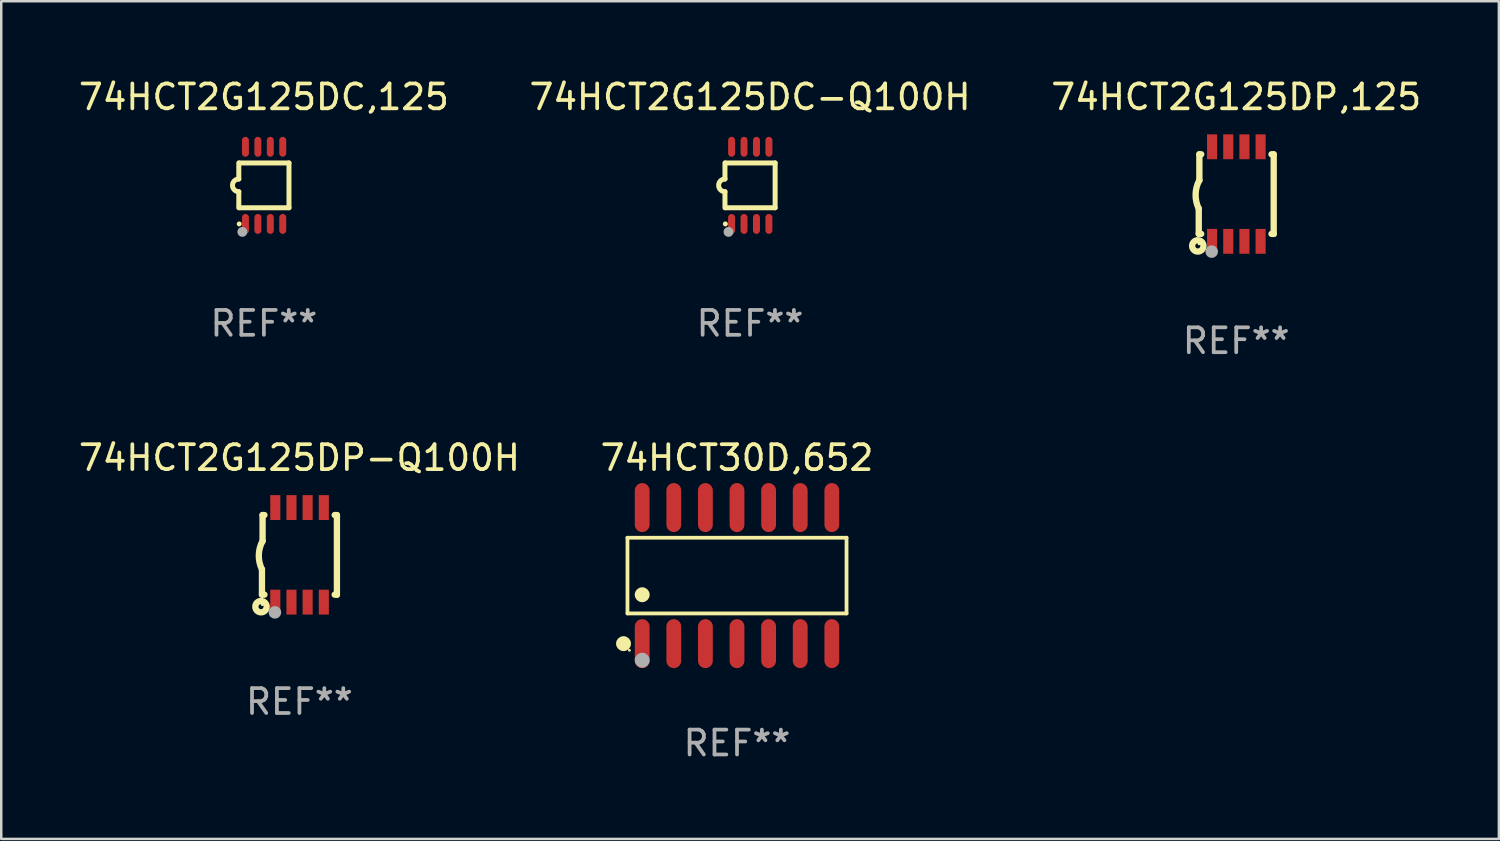
<source format=kicad_pcb>
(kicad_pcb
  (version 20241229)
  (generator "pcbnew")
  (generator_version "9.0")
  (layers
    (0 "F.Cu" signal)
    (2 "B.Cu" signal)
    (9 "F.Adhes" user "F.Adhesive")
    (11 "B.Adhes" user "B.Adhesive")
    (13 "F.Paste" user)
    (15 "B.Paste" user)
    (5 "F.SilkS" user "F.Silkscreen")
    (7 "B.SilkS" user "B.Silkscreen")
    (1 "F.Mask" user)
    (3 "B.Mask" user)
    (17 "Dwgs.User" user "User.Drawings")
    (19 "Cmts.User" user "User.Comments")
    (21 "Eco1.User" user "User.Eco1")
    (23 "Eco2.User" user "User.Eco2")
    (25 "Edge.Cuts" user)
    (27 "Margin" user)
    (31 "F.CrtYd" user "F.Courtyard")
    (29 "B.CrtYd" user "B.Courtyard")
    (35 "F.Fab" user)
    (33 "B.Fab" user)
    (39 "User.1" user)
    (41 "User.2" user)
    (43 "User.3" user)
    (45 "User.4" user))
  (footprint "74HCT2G125DP,125"
    (layer "F.Cu")
    (at 46.625 4.748)
    (property "Reference" "74HCT2G125DP,125" (at 0 -3.9 0) (layer "F.SilkS") (effects (font (size 1 1) (thickness 0.15))))
    (attr through_hole)
    (fp_line (start -1.506 1.6) (end -1.506 0.584) (stroke (width 0.254) (type solid)) (layer "F.SilkS"))
    (fp_line (start -1.506 1.6) (end -1.407 1.6) (stroke (width 0.254) (type solid)) (layer "F.SilkS"))
    (fp_line (start -1.481 -1.599) (end -1.481 -0.549) (stroke (width 0.254) (type solid)) (layer "F.SilkS"))
    (fp_line (start -1.481 -1.599) (end -1.407 -1.599) (stroke (width 0.254) (type solid)) (layer "F.SilkS"))
    (fp_line (start 1.417 -1.599) (end 1.506 -1.599) (stroke (width 0.254) (type solid)) (layer "F.SilkS"))
    (fp_line (start 1.417 1.6) (end 1.506 1.6) (stroke (width 0.254) (type solid)) (layer "F.SilkS"))
    (fp_line (start 1.506 1.603) (end 1.506 -1.595) (stroke (width 0.254) (type solid)) (layer "F.SilkS"))
    (fp_arc (start -1.506223 0.584328) (mid -1.632455 0.00974) (end -1.480823 -0.558674) (stroke (width 0.254001) (type solid)) (layer "F.SilkS"))
    (fp_circle (center -1.544 2.083) (end -1.443 2.083) (stroke (width 0.254) (type solid)) (fill no) (layer "F.SilkS"))
    (fp_circle (center -1.495 2) (end -1.465 2) (stroke (width 0.06) (type solid)) (fill no) (layer "F.SilkS"))
    (fp_circle (center -0.986 2.312) (end -0.859 2.312) (stroke (width 0.254) (type solid)) (fill no) (layer "F.Fab"))
    (fp_text user "REF**" (at 0 5.9 0) (layer "F.Fab") (effects (font (size 1 1) (thickness 0.15))))
    (pad "1" smd rect (at -0.97 1.9 90) (size 1 0.406) (layers "F.Cu" "F.Mask" "F.Paste"))
    (pad "2" smd rect (at -0.32 1.9 90) (size 1 0.406) (layers "F.Cu" "F.Mask" "F.Paste"))
    (pad "3" smd rect (at 0.33 1.9 90) (size 1 0.406) (layers "F.Cu" "F.Mask" "F.Paste"))
    (pad "4" smd rect (at 0.98 1.9 90) (size 1 0.406) (layers "F.Cu" "F.Mask" "F.Paste"))
    (pad "5" smd rect (at 0.98 -1.9 90) (size 1 0.406) (layers "F.Cu" "F.Mask" "F.Paste"))
    (pad "6" smd rect (at 0.33 -1.9 90) (size 1 0.406) (layers "F.Cu" "F.Mask" "F.Paste"))
    (pad "7" smd rect (at -0.32 -1.9 90) (size 1 0.406) (layers "F.Cu" "F.Mask" "F.Paste"))
    (pad "8" smd rect (at -0.97 -1.9 90) (size 1 0.406) (layers "F.Cu" "F.Mask" "F.Paste")))
  (footprint "74HCT2G125DC,125"
    (layer "F.Cu")
    (at 7.554 4.398)
    (property "Reference" "74HCT2G125DC,125" (at 0 -3.55 0) (layer "F.SilkS") (effects (font (size 1 1) (thickness 0.15))))
    (attr through_hole)
    (fp_line (start -1.008 -0.254) (end -1.008 -0.9) (stroke (width 0.2) (type solid)) (layer "F.SilkS"))
    (fp_line (start -1.008 0.254) (end -1.008 0.9) (stroke (width 0.2) (type solid)) (layer "F.SilkS"))
    (fp_line (start -0.992 0.9) (end 1.008 0.9) (stroke (width 0.2) (type solid)) (layer "F.SilkS"))
    (fp_line (start 1.008 -0.9) (end -0.992 -0.9) (stroke (width 0.2) (type solid)) (layer "F.SilkS"))
    (fp_line (start 1.008 0.9) (end 1.008 -0.9) (stroke (width 0.2) (type solid)) (layer "F.SilkS"))
    (fp_arc (start -1.008001 0.254001) (mid -1.262002 0) (end -1.008001 -0.254001) (stroke (width 0.2) (type solid)) (layer "F.SilkS"))
    (fp_circle (center -0.992 1.55) (end -0.942 1.55) (stroke (width 0.1) (type solid)) (fill no) (layer "F.SilkS"))
    (fp_circle (center -0.866 1.87) (end -0.766 1.87) (stroke (width 0.2) (type solid)) (fill no) (layer "F.Fab"))
    (fp_text user "REF**" (at 0 5.55 0) (layer "F.Fab") (effects (font (size 1 1) (thickness 0.15))))
    (pad "1" smd oval (at -0.742 1.55 270) (size 0.8 0.28) (layers "F.Cu" "F.Mask" "F.Paste"))
    (pad "2" smd oval (at -0.242 1.55 270) (size 0.8 0.28) (layers "F.Cu" "F.Mask" "F.Paste"))
    (pad "3" smd oval (at 0.258 1.55 270) (size 0.8 0.28) (layers "F.Cu" "F.Mask" "F.Paste"))
    (pad "4" smd oval (at 0.758 1.55 270) (size 0.8 0.28) (layers "F.Cu" "F.Mask" "F.Paste"))
    (pad "5" smd oval (at 0.758 -1.55 270) (size 0.8 0.28) (layers "F.Cu" "F.Mask" "F.Paste"))
    (pad "6" smd oval (at 0.258 -1.55 270) (size 0.8 0.28) (layers "F.Cu" "F.Mask" "F.Paste"))
    (pad "7" smd oval (at -0.242 -1.55 270) (size 0.8 0.28) (layers "F.Cu" "F.Mask" "F.Paste"))
    (pad "8" smd oval (at -0.742 -1.55 270) (size 0.8 0.28) (layers "F.Cu" "F.Mask" "F.Paste")))
  (footprint "74HCT2G125DC-Q100H"
    (layer "F.Cu")
    (at 27.089 4.398)
    (property "Reference" "74HCT2G125DC-Q100H" (at 0 -3.55 0) (layer "F.SilkS") (effects (font (size 1 1) (thickness 0.15))))
    (attr through_hole)
    (fp_line (start -1.008 -0.254) (end -1.008 -0.9) (stroke (width 0.2) (type solid)) (layer "F.SilkS"))
    (fp_line (start -1.008 0.254) (end -1.008 0.9) (stroke (width 0.2) (type solid)) (layer "F.SilkS"))
    (fp_line (start -0.992 0.9) (end 1.008 0.9) (stroke (width 0.2) (type solid)) (layer "F.SilkS"))
    (fp_line (start 1.008 -0.9) (end -0.992 -0.9) (stroke (width 0.2) (type solid)) (layer "F.SilkS"))
    (fp_line (start 1.008 0.9) (end 1.008 -0.9) (stroke (width 0.2) (type solid)) (layer "F.SilkS"))
    (fp_arc (start -1.008001 0.254001) (mid -1.262002 0) (end -1.008001 -0.254001) (stroke (width 0.2) (type solid)) (layer "F.SilkS"))
    (fp_circle (center -0.992 1.55) (end -0.942 1.55) (stroke (width 0.1) (type solid)) (fill no) (layer "F.SilkS"))
    (fp_circle (center -0.866 1.87) (end -0.766 1.87) (stroke (width 0.2) (type solid)) (fill no) (layer "F.Fab"))
    (fp_text user "REF**" (at 0 5.55 0) (layer "F.Fab") (effects (font (size 1 1) (thickness 0.15))))
    (pad "1" smd oval (at -0.742 1.55 270) (size 0.8 0.28) (layers "F.Cu" "F.Mask" "F.Paste"))
    (pad "2" smd oval (at -0.242 1.55 270) (size 0.8 0.28) (layers "F.Cu" "F.Mask" "F.Paste"))
    (pad "3" smd oval (at 0.258 1.55 270) (size 0.8 0.28) (layers "F.Cu" "F.Mask" "F.Paste"))
    (pad "4" smd oval (at 0.758 1.55 270) (size 0.8 0.28) (layers "F.Cu" "F.Mask" "F.Paste"))
    (pad "5" smd oval (at 0.758 -1.55 270) (size 0.8 0.28) (layers "F.Cu" "F.Mask" "F.Paste"))
    (pad "6" smd oval (at 0.258 -1.55 270) (size 0.8 0.28) (layers "F.Cu" "F.Mask" "F.Paste"))
    (pad "7" smd oval (at -0.242 -1.55 270) (size 0.8 0.28) (layers "F.Cu" "F.Mask" "F.Paste"))
    (pad "8" smd oval (at -0.742 -1.55 270) (size 0.8 0.28) (layers "F.Cu" "F.Mask" "F.Paste")))
  (footprint "74HCT2G125DP-Q100H"
    (layer "F.Cu")
    (at 8.982 19.245)
    (property "Reference" "74HCT2G125DP-Q100H" (at 0 -3.9 0) (layer "F.SilkS") (effects (font (size 1 1) (thickness 0.15))))
    (attr through_hole)
    (fp_line (start -1.506 1.6) (end -1.506 0.584) (stroke (width 0.254) (type solid)) (layer "F.SilkS"))
    (fp_line (start -1.506 1.6) (end -1.407 1.6) (stroke (width 0.254) (type solid)) (layer "F.SilkS"))
    (fp_line (start -1.481 -1.599) (end -1.481 -0.549) (stroke (width 0.254) (type solid)) (layer "F.SilkS"))
    (fp_line (start -1.481 -1.599) (end -1.407 -1.599) (stroke (width 0.254) (type solid)) (layer "F.SilkS"))
    (fp_line (start 1.417 -1.599) (end 1.506 -1.599) (stroke (width 0.254) (type solid)) (layer "F.SilkS"))
    (fp_line (start 1.417 1.6) (end 1.506 1.6) (stroke (width 0.254) (type solid)) (layer "F.SilkS"))
    (fp_line (start 1.506 1.603) (end 1.506 -1.595) (stroke (width 0.254) (type solid)) (layer "F.SilkS"))
    (fp_arc (start -1.506223 0.584328) (mid -1.632455 0.00974) (end -1.480823 -0.558674) (stroke (width 0.254001) (type solid)) (layer "F.SilkS"))
    (fp_circle (center -1.544 2.083) (end -1.443 2.083) (stroke (width 0.254) (type solid)) (fill no) (layer "F.SilkS"))
    (fp_circle (center -1.495 2) (end -1.465 2) (stroke (width 0.06) (type solid)) (fill no) (layer "F.SilkS"))
    (fp_circle (center -0.986 2.312) (end -0.859 2.312) (stroke (width 0.254) (type solid)) (fill no) (layer "F.Fab"))
    (fp_text user "REF**" (at 0 5.9 0) (layer "F.Fab") (effects (font (size 1 1) (thickness 0.15))))
    (pad "1" smd rect (at -0.97 1.9 90) (size 1 0.406) (layers "F.Cu" "F.Mask" "F.Paste"))
    (pad "2" smd rect (at -0.32 1.9 90) (size 1 0.406) (layers "F.Cu" "F.Mask" "F.Paste"))
    (pad "3" smd rect (at 0.33 1.9 90) (size 1 0.406) (layers "F.Cu" "F.Mask" "F.Paste"))
    (pad "4" smd rect (at 0.98 1.9 90) (size 1 0.406) (layers "F.Cu" "F.Mask" "F.Paste"))
    (pad "5" smd rect (at 0.98 -1.9 90) (size 1 0.406) (layers "F.Cu" "F.Mask" "F.Paste"))
    (pad "6" smd rect (at 0.33 -1.9 90) (size 1 0.406) (layers "F.Cu" "F.Mask" "F.Paste"))
    (pad "7" smd rect (at -0.32 -1.9 90) (size 1 0.406) (layers "F.Cu" "F.Mask" "F.Paste"))
    (pad "8" smd rect (at -0.97 -1.9 90) (size 1 0.406) (layers "F.Cu" "F.Mask" "F.Paste")))
  (footprint "74HCT30D,652"
    (layer "F.Cu")
    (at 26.565 20.079)
    (property "Reference" "74HCT30D,652" (at 0 -4.734 0) (layer "F.SilkS") (effects (font (size 1 1) (thickness 0.15))))
    (attr through_hole)
    (fp_line (start -4.401 -1.521) (end 4.401 -1.521) (stroke (width 0.152) (type solid)) (layer "F.SilkS"))
    (fp_line (start -4.401 1.521) (end -4.401 -1.521) (stroke (width 0.152) (type solid)) (layer "F.SilkS"))
    (fp_line (start 4.401 -1.521) (end 4.401 1.521) (stroke (width 0.152) (type solid)) (layer "F.SilkS"))
    (fp_line (start 4.401 1.521) (end -4.401 1.521) (stroke (width 0.152) (type solid)) (layer "F.SilkS"))
    (fp_circle (center -4.56 2.734) (end -4.41 2.734) (stroke (width 0.3) (type solid)) (fill no) (layer "F.SilkS"))
    (fp_circle (center -4.325 3) (end -4.295 3) (stroke (width 0.06) (type solid)) (fill no) (layer "F.SilkS"))
    (fp_circle (center -3.81 0.769) (end -3.66 0.769) (stroke (width 0.3) (type solid)) (fill no) (layer "F.SilkS"))
    (fp_circle (center -3.81 3.4) (end -3.66 3.4) (stroke (width 0.3) (type solid)) (fill no) (layer "F.Fab"))
    (fp_text user "REF**" (at 0 6.734 0) (layer "F.Fab") (effects (font (size 1 1) (thickness 0.15))))
    (pad "1" smd oval (at -3.81 2.734) (size 0.595 1.968) (layers "F.Cu" "F.Mask" "F.Paste"))
    (pad "2" smd oval (at -2.54 2.734) (size 0.595 1.968) (layers "F.Cu" "F.Mask" "F.Paste"))
    (pad "3" smd oval (at -1.27 2.734) (size 0.595 1.968) (layers "F.Cu" "F.Mask" "F.Paste"))
    (pad "4" smd oval (at 0 2.734) (size 0.595 1.968) (layers "F.Cu" "F.Mask" "F.Paste"))
    (pad "5" smd oval (at 1.27 2.734) (size 0.595 1.968) (layers "F.Cu" "F.Mask" "F.Paste"))
    (pad "6" smd oval (at 2.54 2.734) (size 0.595 1.968) (layers "F.Cu" "F.Mask" "F.Paste"))
    (pad "7" smd oval (at 3.81 2.734) (size 0.595 1.968) (layers "F.Cu" "F.Mask" "F.Paste"))
    (pad "8" smd oval (at 3.81 -2.734) (size 0.595 1.968) (layers "F.Cu" "F.Mask" "F.Paste"))
    (pad "9" smd oval (at 2.54 -2.734) (size 0.595 1.968) (layers "F.Cu" "F.Mask" "F.Paste"))
    (pad "10" smd oval (at 1.27 -2.734) (size 0.595 1.968) (layers "F.Cu" "F.Mask" "F.Paste"))
    (pad "11" smd oval (at 0 -2.734) (size 0.595 1.968) (layers "F.Cu" "F.Mask" "F.Paste"))
    (pad "12" smd oval (at -1.27 -2.734) (size 0.595 1.968) (layers "F.Cu" "F.Mask" "F.Paste"))
    (pad "13" smd oval (at -2.54 -2.734) (size 0.595 1.968) (layers "F.Cu" "F.Mask" "F.Paste"))
    (pad "14" smd oval (at -3.81 -2.734) (size 0.595 1.968) (layers "F.Cu" "F.Mask" "F.Paste")))
  (gr_rect
    (start -3 -3)
    (end 57.179 30.661)
    (stroke (width 0.1) (type default))
    (fill no)
    (layer "Edge.Cuts")))
</source>
